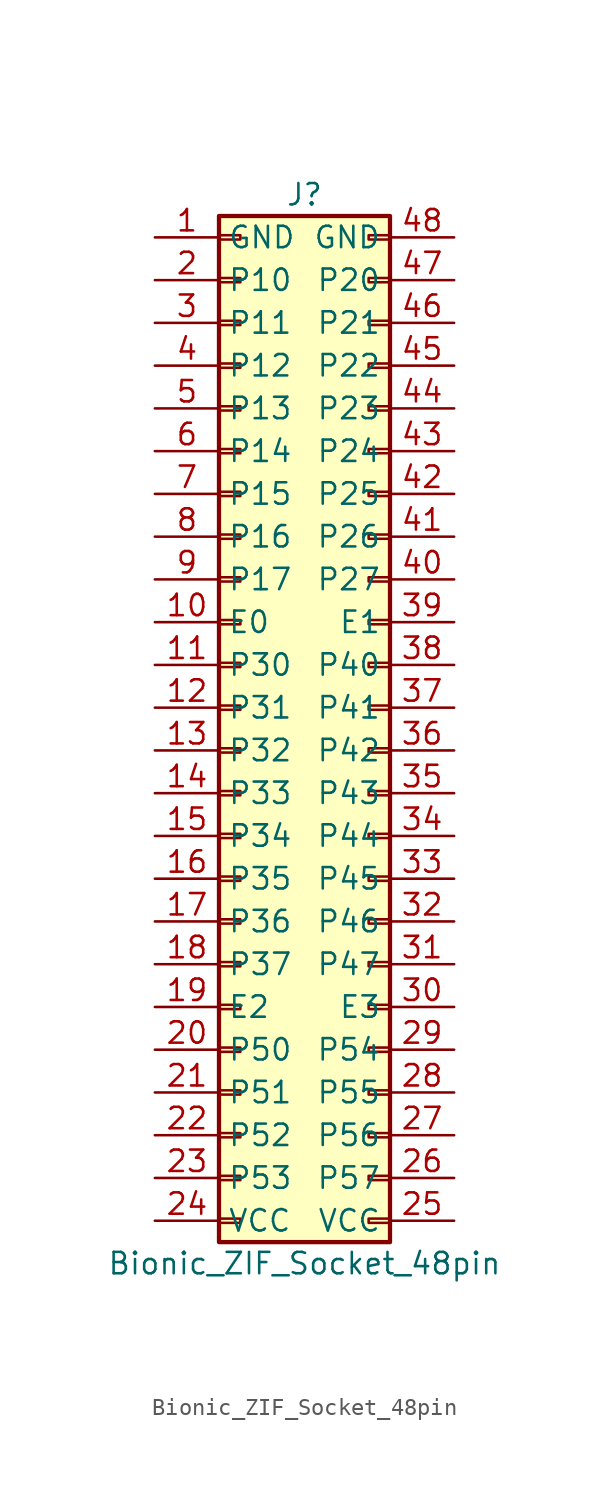
<source format=kicad_sym>
(kicad_symbol_lib
  (version 20211014)
  (generator kicad_symbol_editor)
  (symbol "Bionic_ZIF_Socket_48pin"
    (property "Reference" "J"
      (at 3.81 30.48 0)
      (effects (font (size 1.27 1.27))))
    (property "Value" "Bionic_ZIF_Socket_48pin"
      (at 3.81 -33.02 0)
      (effects (font (size 1.27 1.27))))
    (symbol "Bionic_ZIF_Socket_48pin_1_1"
      (rectangle (start -1.27 -30.353) (end 0 -30.607) (stroke (width 0.152) (type default) (color 0 0 0 0)) (fill (type none)))
      (rectangle (start -1.27 -27.813) (end 0 -28.067) (stroke (width 0.152) (type default) (color 0 0 0 0)) (fill (type none)))
      (rectangle (start -1.27 -25.273) (end 0 -25.527) (stroke (width 0.152) (type default) (color 0 0 0 0)) (fill (type none)))
      (rectangle (start -1.27 -22.733) (end 0 -22.987) (stroke (width 0.152) (type default) (color 0 0 0 0)) (fill (type none)))
      (rectangle (start -1.27 -20.193) (end 0 -20.447) (stroke (width 0.152) (type default) (color 0 0 0 0)) (fill (type none)))
      (rectangle (start -1.27 -17.653) (end 0 -17.907) (stroke (width 0.152) (type default) (color 0 0 0 0)) (fill (type none)))
      (rectangle (start -1.27 -15.113) (end 0 -15.367) (stroke (width 0.152) (type default) (color 0 0 0 0)) (fill (type none)))
      (rectangle (start -1.27 -12.573) (end 0 -12.827) (stroke (width 0.152) (type default) (color 0 0 0 0)) (fill (type none)))
      (rectangle (start -1.27 -10.033) (end 0 -10.287) (stroke (width 0.152) (type default) (color 0 0 0 0)) (fill (type none)))
      (rectangle (start -1.27 -7.493) (end 0 -7.747) (stroke (width 0.152) (type default) (color 0 0 0 0)) (fill (type none)))
      (rectangle (start -1.27 -4.953) (end 0 -5.207) (stroke (width 0.152) (type default) (color 0 0 0 0)) (fill (type none)))
      (rectangle (start -1.27 -2.413) (end 0 -2.667) (stroke (width 0.152) (type default) (color 0 0 0 0)) (fill (type none)))
      (rectangle (start -1.27 0.127) (end 0 -0.127) (stroke (width 0.152) (type default) (color 0 0 0 0)) (fill (type none)))
      (rectangle (start -1.27 2.667) (end 0 2.413) (stroke (width 0.152) (type default) (color 0 0 0 0)) (fill (type none)))
      (rectangle (start -1.27 5.207) (end 0 4.953) (stroke (width 0.152) (type default) (color 0 0 0 0)) (fill (type none)))
      (rectangle (start -1.27 7.747) (end 0 7.493) (stroke (width 0.152) (type default) (color 0 0 0 0)) (fill (type none)))
      (rectangle (start -1.27 10.287) (end 0 10.033) (stroke (width 0.152) (type default) (color 0 0 0 0)) (fill (type none)))
      (rectangle (start -1.27 12.827) (end 0 12.573) (stroke (width 0.152) (type default) (color 0 0 0 0)) (fill (type none)))
      (rectangle (start -1.27 15.367) (end 0 15.113) (stroke (width 0.152) (type default) (color 0 0 0 0)) (fill (type none)))
      (rectangle (start -1.27 17.907) (end 0 17.653) (stroke (width 0.152) (type default) (color 0 0 0 0)) (fill (type none)))
      (rectangle (start -1.27 20.447) (end 0 20.193) (stroke (width 0.152) (type default) (color 0 0 0 0)) (fill (type none)))
      (rectangle (start -1.27 22.987) (end 0 22.733) (stroke (width 0.152) (type default) (color 0 0 0 0)) (fill (type none)))
      (rectangle (start -1.27 25.527) (end 0 25.273) (stroke (width 0.152) (type default) (color 0 0 0 0)) (fill (type none)))
      (rectangle (start -1.27 28.067) (end 0 27.813) (stroke (width 0.152) (type default) (color 0 0 0 0)) (fill (type none)))
      (rectangle (start -1.27 29.21) (end 8.89 -31.75) (stroke (width 0.254) (type default) (color 0 0 0 0)) (fill (type background)))
      (rectangle (start 8.89 -30.353) (end 7.62 -30.607) (stroke (width 0.152) (type default) (color 0 0 0 0)) (fill (type none)))
      (rectangle (start 8.89 -27.813) (end 7.62 -28.067) (stroke (width 0.152) (type default) (color 0 0 0 0)) (fill (type none)))
      (rectangle (start 8.89 -25.273) (end 7.62 -25.527) (stroke (width 0.152) (type default) (color 0 0 0 0)) (fill (type none)))
      (rectangle (start 8.89 -22.733) (end 7.62 -22.987) (stroke (width 0.152) (type default) (color 0 0 0 0)) (fill (type none)))
      (rectangle (start 8.89 -20.193) (end 7.62 -20.447) (stroke (width 0.152) (type default) (color 0 0 0 0)) (fill (type none)))
      (rectangle (start 8.89 -17.653) (end 7.62 -17.907) (stroke (width 0.152) (type default) (color 0 0 0 0)) (fill (type none)))
      (rectangle (start 8.89 -15.113) (end 7.62 -15.367) (stroke (width 0.152) (type default) (color 0 0 0 0)) (fill (type none)))
      (rectangle (start 8.89 -12.573) (end 7.62 -12.827) (stroke (width 0.152) (type default) (color 0 0 0 0)) (fill (type none)))
      (rectangle (start 8.89 -10.033) (end 7.62 -10.287) (stroke (width 0.152) (type default) (color 0 0 0 0)) (fill (type none)))
      (rectangle (start 8.89 -7.493) (end 7.62 -7.747) (stroke (width 0.152) (type default) (color 0 0 0 0)) (fill (type none)))
      (rectangle (start 8.89 -4.953) (end 7.62 -5.207) (stroke (width 0.152) (type default) (color 0 0 0 0)) (fill (type none)))
      (rectangle (start 8.89 -2.413) (end 7.62 -2.667) (stroke (width 0.152) (type default) (color 0 0 0 0)) (fill (type none)))
      (rectangle (start 8.89 0.127) (end 7.62 -0.127) (stroke (width 0.152) (type default) (color 0 0 0 0)) (fill (type none)))
      (rectangle (start 8.89 2.667) (end 7.62 2.413) (stroke (width 0.152) (type default) (color 0 0 0 0)) (fill (type none)))
      (rectangle (start 8.89 5.207) (end 7.62 4.953) (stroke (width 0.152) (type default) (color 0 0 0 0)) (fill (type none)))
      (rectangle (start 8.89 7.747) (end 7.62 7.493) (stroke (width 0.152) (type default) (color 0 0 0 0)) (fill (type none)))
      (rectangle (start 8.89 10.287) (end 7.62 10.033) (stroke (width 0.152) (type default) (color 0 0 0 0)) (fill (type none)))
      (rectangle (start 8.89 12.827) (end 7.62 12.573) (stroke (width 0.152) (type default) (color 0 0 0 0)) (fill (type none)))
      (rectangle (start 8.89 15.367) (end 7.62 15.113) (stroke (width 0.152) (type default) (color 0 0 0 0)) (fill (type none)))
      (rectangle (start 8.89 17.907) (end 7.62 17.653) (stroke (width 0.152) (type default) (color 0 0 0 0)) (fill (type none)))
      (rectangle (start 8.89 20.447) (end 7.62 20.193) (stroke (width 0.152) (type default) (color 0 0 0 0)) (fill (type none)))
      (rectangle (start 8.89 22.987) (end 7.62 22.733) (stroke (width 0.152) (type default) (color 0 0 0 0)) (fill (type none)))
      (rectangle (start 8.89 25.527) (end 7.62 25.273) (stroke (width 0.152) (type default) (color 0 0 0 0)) (fill (type none)))
      (rectangle (start 8.89 28.067) (end 7.62 27.813) (stroke (width 0.152) (type default) (color 0 0 0 0)) (fill (type none)))
      (pin passive line (at -5.08 27.94 0) (length 3.81) (name "GND" (effects (font (size 1.27 1.27)))) (number "1" (effects (font (size 1.27 1.27)))))
      (pin passive line (at -5.08 5.08 0) (length 3.81) (name "E0" (effects (font (size 1.27 1.27)))) (number "10" (effects (font (size 1.27 1.27)))))
      (pin passive line (at -5.08 2.54 0) (length 3.81) (name "P30" (effects (font (size 1.27 1.27)))) (number "11" (effects (font (size 1.27 1.27)))))
      (pin passive line (at -5.08 0 0) (length 3.81) (name "P31" (effects (font (size 1.27 1.27)))) (number "12" (effects (font (size 1.27 1.27)))))
      (pin passive line (at -5.08 -2.54 0) (length 3.81) (name "P32" (effects (font (size 1.27 1.27)))) (number "13" (effects (font (size 1.27 1.27)))))
      (pin passive line (at -5.08 -5.08 0) (length 3.81) (name "P33" (effects (font (size 1.27 1.27)))) (number "14" (effects (font (size 1.27 1.27)))))
      (pin passive line (at -5.08 -7.62 0) (length 3.81) (name "P34" (effects (font (size 1.27 1.27)))) (number "15" (effects (font (size 1.27 1.27)))))
      (pin passive line (at -5.08 -10.16 0) (length 3.81) (name "P35" (effects (font (size 1.27 1.27)))) (number "16" (effects (font (size 1.27 1.27)))))
      (pin passive line (at -5.08 -12.7 0) (length 3.81) (name "P36" (effects (font (size 1.27 1.27)))) (number "17" (effects (font (size 1.27 1.27)))))
      (pin passive line (at -5.08 -15.24 0) (length 3.81) (name "P37" (effects (font (size 1.27 1.27)))) (number "18" (effects (font (size 1.27 1.27)))))
      (pin passive line (at -5.08 -17.78 0) (length 3.81) (name "E2" (effects (font (size 1.27 1.27)))) (number "19" (effects (font (size 1.27 1.27)))))
      (pin passive line (at -5.08 25.4 0) (length 3.81) (name "P10" (effects (font (size 1.27 1.27)))) (number "2" (effects (font (size 1.27 1.27)))))
      (pin passive line (at -5.08 -20.32 0) (length 3.81) (name "P50" (effects (font (size 1.27 1.27)))) (number "20" (effects (font (size 1.27 1.27)))))
      (pin passive line (at -5.08 -22.86 0) (length 3.81) (name "P51" (effects (font (size 1.27 1.27)))) (number "21" (effects (font (size 1.27 1.27)))))
      (pin passive line (at -5.08 -25.4 0) (length 3.81) (name "P52" (effects (font (size 1.27 1.27)))) (number "22" (effects (font (size 1.27 1.27)))))
      (pin passive line (at -5.08 -27.94 0) (length 3.81) (name "P53" (effects (font (size 1.27 1.27)))) (number "23" (effects (font (size 1.27 1.27)))))
      (pin passive line (at -5.08 -30.48 0) (length 3.81) (name "VCC" (effects (font (size 1.27 1.27)))) (number "24" (effects (font (size 1.27 1.27)))))
      (pin passive line (at 12.7 -30.48 180) (length 3.81) (name "VCC" (effects (font (size 1.27 1.27)))) (number "25" (effects (font (size 1.27 1.27)))))
      (pin passive line (at 12.7 -27.94 180) (length 3.81) (name "P57" (effects (font (size 1.27 1.27)))) (number "26" (effects (font (size 1.27 1.27)))))
      (pin passive line (at 12.7 -25.4 180) (length 3.81) (name "P56" (effects (font (size 1.27 1.27)))) (number "27" (effects (font (size 1.27 1.27)))))
      (pin passive line (at 12.7 -22.86 180) (length 3.81) (name "P55" (effects (font (size 1.27 1.27)))) (number "28" (effects (font (size 1.27 1.27)))))
      (pin passive line (at 12.7 -20.32 180) (length 3.81) (name "P54" (effects (font (size 1.27 1.27)))) (number "29" (effects (font (size 1.27 1.27)))))
      (pin passive line (at -5.08 22.86 0) (length 3.81) (name "P11" (effects (font (size 1.27 1.27)))) (number "3" (effects (font (size 1.27 1.27)))))
      (pin passive line (at 12.7 -17.78 180) (length 3.81) (name "E3" (effects (font (size 1.27 1.27)))) (number "30" (effects (font (size 1.27 1.27)))))
      (pin passive line (at 12.7 -15.24 180) (length 3.81) (name "P47" (effects (font (size 1.27 1.27)))) (number "31" (effects (font (size 1.27 1.27)))))
      (pin passive line (at 12.7 -12.7 180) (length 3.81) (name "P46" (effects (font (size 1.27 1.27)))) (number "32" (effects (font (size 1.27 1.27)))))
      (pin passive line (at 12.7 -10.16 180) (length 3.81) (name "P45" (effects (font (size 1.27 1.27)))) (number "33" (effects (font (size 1.27 1.27)))))
      (pin passive line (at 12.7 -7.62 180) (length 3.81) (name "P44" (effects (font (size 1.27 1.27)))) (number "34" (effects (font (size 1.27 1.27)))))
      (pin passive line (at 12.7 -5.08 180) (length 3.81) (name "P43" (effects (font (size 1.27 1.27)))) (number "35" (effects (font (size 1.27 1.27)))))
      (pin passive line (at 12.7 -2.54 180) (length 3.81) (name "P42" (effects (font (size 1.27 1.27)))) (number "36" (effects (font (size 1.27 1.27)))))
      (pin passive line (at 12.7 0 180) (length 3.81) (name "P41" (effects (font (size 1.27 1.27)))) (number "37" (effects (font (size 1.27 1.27)))))
      (pin passive line (at 12.7 2.54 180) (length 3.81) (name "P40" (effects (font (size 1.27 1.27)))) (number "38" (effects (font (size 1.27 1.27)))))
      (pin passive line (at 12.7 5.08 180) (length 3.81) (name "E1" (effects (font (size 1.27 1.27)))) (number "39" (effects (font (size 1.27 1.27)))))
      (pin passive line (at -5.08 20.32 0) (length 3.81) (name "P12" (effects (font (size 1.27 1.27)))) (number "4" (effects (font (size 1.27 1.27)))))
      (pin passive line (at 12.7 7.62 180) (length 3.81) (name "P27" (effects (font (size 1.27 1.27)))) (number "40" (effects (font (size 1.27 1.27)))))
      (pin passive line (at 12.7 10.16 180) (length 3.81) (name "P26" (effects (font (size 1.27 1.27)))) (number "41" (effects (font (size 1.27 1.27)))))
      (pin passive line (at 12.7 12.7 180) (length 3.81) (name "P25" (effects (font (size 1.27 1.27)))) (number "42" (effects (font (size 1.27 1.27)))))
      (pin passive line (at 12.7 15.24 180) (length 3.81) (name "P24" (effects (font (size 1.27 1.27)))) (number "43" (effects (font (size 1.27 1.27)))))
      (pin passive line (at 12.7 17.78 180) (length 3.81) (name "P23" (effects (font (size 1.27 1.27)))) (number "44" (effects (font (size 1.27 1.27)))))
      (pin passive line (at 12.7 20.32 180) (length 3.81) (name "P22" (effects (font (size 1.27 1.27)))) (number "45" (effects (font (size 1.27 1.27)))))
      (pin passive line (at 12.7 22.86 180) (length 3.81) (name "P21" (effects (font (size 1.27 1.27)))) (number "46" (effects (font (size 1.27 1.27)))))
      (pin passive line (at 12.7 25.4 180) (length 3.81) (name "P20" (effects (font (size 1.27 1.27)))) (number "47" (effects (font (size 1.27 1.27)))))
      (pin passive line (at 12.7 27.94 180) (length 3.81) (name "GND" (effects (font (size 1.27 1.27)))) (number "48" (effects (font (size 1.27 1.27)))))
      (pin passive line (at -5.08 17.78 0) (length 3.81) (name "P13" (effects (font (size 1.27 1.27)))) (number "5" (effects (font (size 1.27 1.27)))))
      (pin passive line (at -5.08 15.24 0) (length 3.81) (name "P14" (effects (font (size 1.27 1.27)))) (number "6" (effects (font (size 1.27 1.27)))))
      (pin passive line (at -5.08 12.7 0) (length 3.81) (name "P15" (effects (font (size 1.27 1.27)))) (number "7" (effects (font (size 1.27 1.27)))))
      (pin passive line (at -5.08 10.16 0) (length 3.81) (name "P16" (effects (font (size 1.27 1.27)))) (number "8" (effects (font (size 1.27 1.27)))))
      (pin passive line (at -5.08 7.62 0) (length 3.81) (name "P17" (effects (font (size 1.27 1.27)))) (number "9" (effects (font (size 1.27 1.27))))))))
</source>
